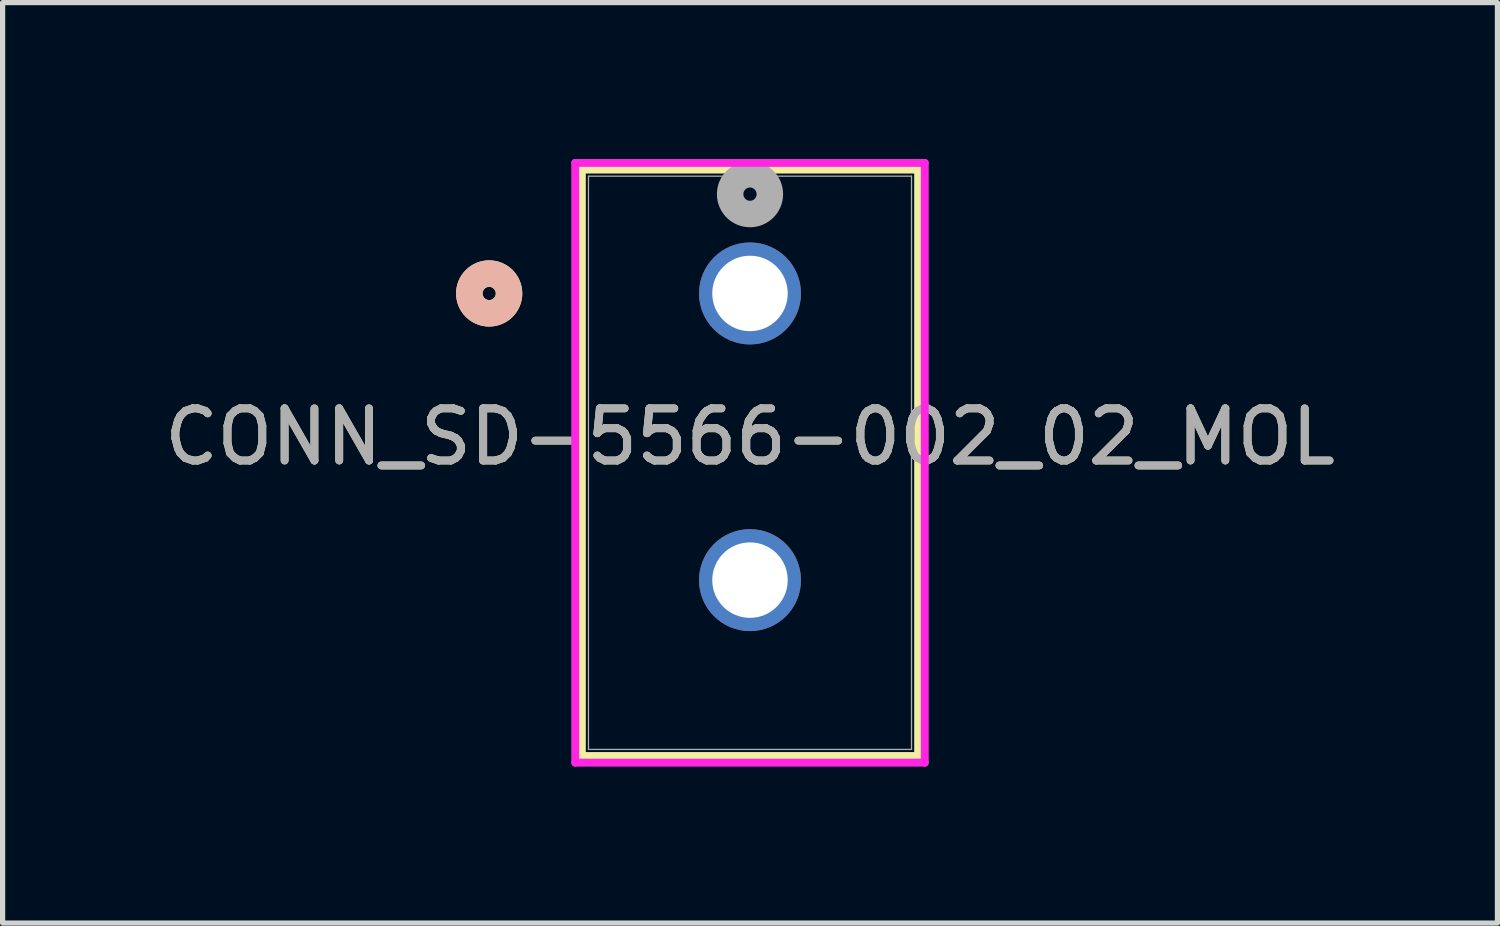
<source format=kicad_pcb>
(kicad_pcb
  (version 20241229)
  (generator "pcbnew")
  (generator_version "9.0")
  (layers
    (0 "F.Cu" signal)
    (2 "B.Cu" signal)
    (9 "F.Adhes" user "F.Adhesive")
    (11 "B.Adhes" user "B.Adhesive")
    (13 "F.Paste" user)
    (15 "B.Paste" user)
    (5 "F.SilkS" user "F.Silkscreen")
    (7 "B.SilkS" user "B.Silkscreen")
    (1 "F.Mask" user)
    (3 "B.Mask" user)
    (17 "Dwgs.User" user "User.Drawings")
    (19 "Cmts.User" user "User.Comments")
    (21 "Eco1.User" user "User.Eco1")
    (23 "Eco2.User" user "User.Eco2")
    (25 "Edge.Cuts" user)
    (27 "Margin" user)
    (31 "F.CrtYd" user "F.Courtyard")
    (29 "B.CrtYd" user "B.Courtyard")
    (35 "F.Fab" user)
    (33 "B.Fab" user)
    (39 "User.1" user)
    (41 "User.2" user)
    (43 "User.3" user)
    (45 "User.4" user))
  (footprint "CONN_SD-5566-002_02_MOL"
    (layer "F.Cu")
    (at 11.339 2.58)
    (property "Reference" "CONN_SD-5566-002_02_MOL" (at 0 2.75 0) (unlocked yes) (layer "F.SilkS") (effects (font (size 1 1) (thickness 0.15))))
    (attr through_hole)
    (fp_line (start -3.226 -2.377) (end -3.226 8.875) (stroke (width 0.152) (type solid)) (layer "F.SilkS"))
    (fp_line (start -3.226 8.875) (end 3.226 8.875) (stroke (width 0.152) (type solid)) (layer "F.SilkS"))
    (fp_line (start 3.226 -2.377) (end -3.226 -2.377) (stroke (width 0.152) (type solid)) (layer "F.SilkS"))
    (fp_line (start 3.226 8.875) (end 3.226 -2.377) (stroke (width 0.152) (type solid)) (layer "F.SilkS"))
    (fp_circle (center -5.004 0) (end -4.623 0) (stroke (width 0.508) (type solid)) (fill no) (layer "F.SilkS"))
    (fp_circle (center -5.004 0) (end -4.623 0) (stroke (width 0.508) (type solid)) (fill no) (layer "B.SilkS"))
    (fp_line (start -3.353 -2.504) (end -3.353 9.002) (stroke (width 0.152) (type solid)) (layer "F.CrtYd"))
    (fp_line (start -3.353 9.002) (end 3.353 9.002) (stroke (width 0.152) (type solid)) (layer "F.CrtYd"))
    (fp_line (start 3.353 -2.504) (end -3.353 -2.504) (stroke (width 0.152) (type solid)) (layer "F.CrtYd"))
    (fp_line (start 3.353 9.002) (end 3.353 -2.504) (stroke (width 0.152) (type solid)) (layer "F.CrtYd"))
    (fp_line (start -3.099 -2.25) (end -3.099 8.748) (stroke (width 0.025) (type solid)) (layer "F.Fab"))
    (fp_line (start -3.099 8.748) (end 3.099 8.748) (stroke (width 0.025) (type solid)) (layer "F.Fab"))
    (fp_line (start 3.099 -2.25) (end -3.099 -2.25) (stroke (width 0.025) (type solid)) (layer "F.Fab"))
    (fp_line (start 3.099 8.748) (end 3.099 -2.25) (stroke (width 0.025) (type solid)) (layer "F.Fab"))
    (fp_circle (center 0 -1.905) (end 0.381 -1.905) (stroke (width 0.508) (type solid)) (fill no) (layer "F.Fab"))
    (fp_text user "${REFERENCE}" (at 0 2.75 0) (unlocked yes) (layer "F.Fab") (effects (font (size 1 1) (thickness 0.15))))
    (pad "1" thru_hole circle (at 0 0) (size 1.956 1.956) (drill 1.448) (layers "*.Cu" "*.Mask"))
    (pad "2" thru_hole circle (at 0 5.5) (size 1.956 1.956) (drill 1.448) (layers "*.Cu" "*.Mask")))
  (gr_rect
    (start -3 -3)
    (end 25.679 14.659)
    (stroke (width 0.1) (type default))
    (fill no)
    (layer "Edge.Cuts")))
</source>
